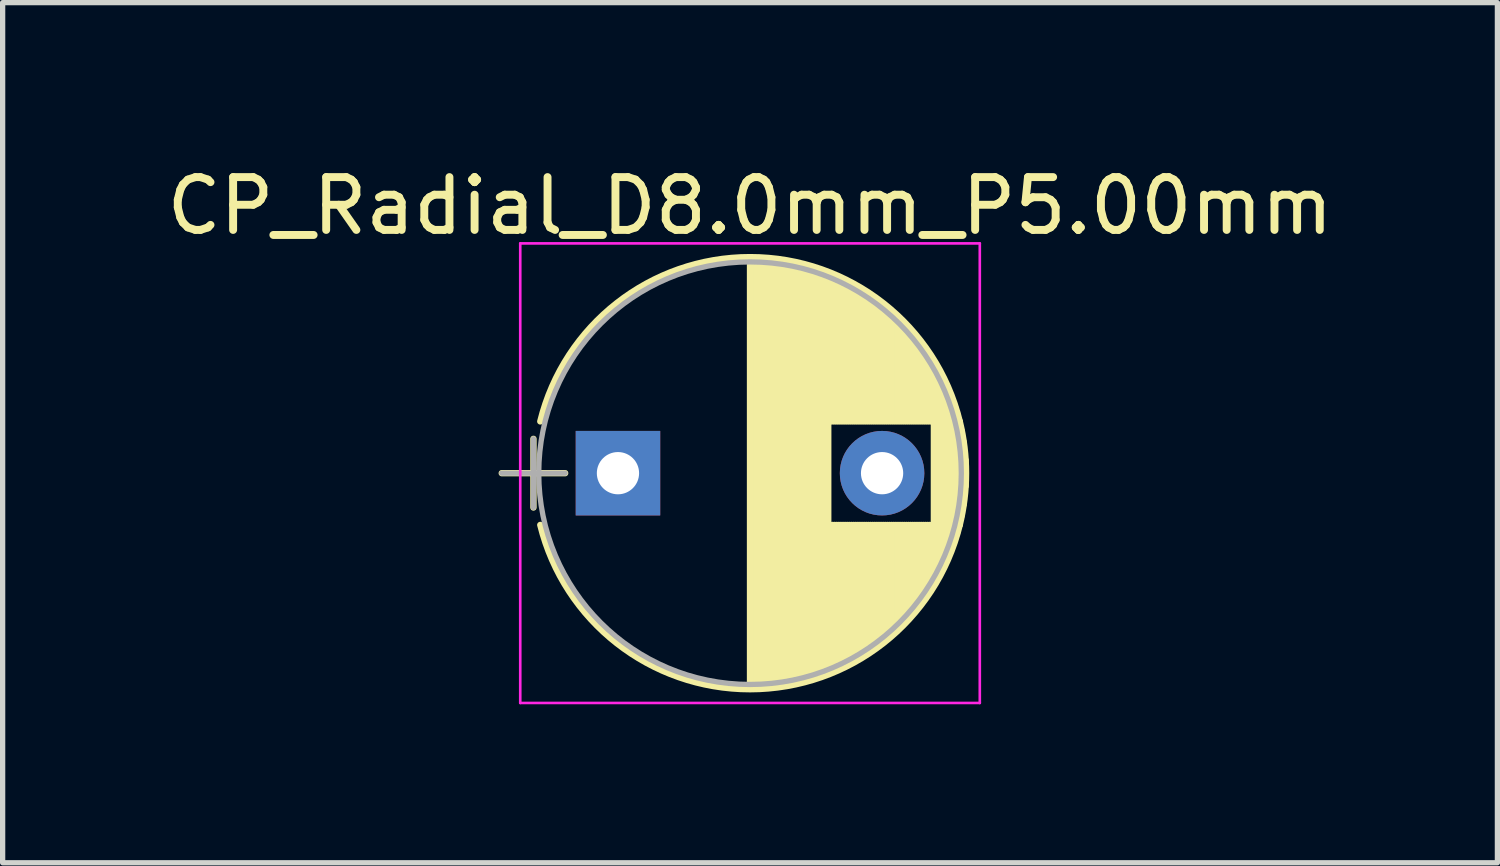
<source format=kicad_pcb>
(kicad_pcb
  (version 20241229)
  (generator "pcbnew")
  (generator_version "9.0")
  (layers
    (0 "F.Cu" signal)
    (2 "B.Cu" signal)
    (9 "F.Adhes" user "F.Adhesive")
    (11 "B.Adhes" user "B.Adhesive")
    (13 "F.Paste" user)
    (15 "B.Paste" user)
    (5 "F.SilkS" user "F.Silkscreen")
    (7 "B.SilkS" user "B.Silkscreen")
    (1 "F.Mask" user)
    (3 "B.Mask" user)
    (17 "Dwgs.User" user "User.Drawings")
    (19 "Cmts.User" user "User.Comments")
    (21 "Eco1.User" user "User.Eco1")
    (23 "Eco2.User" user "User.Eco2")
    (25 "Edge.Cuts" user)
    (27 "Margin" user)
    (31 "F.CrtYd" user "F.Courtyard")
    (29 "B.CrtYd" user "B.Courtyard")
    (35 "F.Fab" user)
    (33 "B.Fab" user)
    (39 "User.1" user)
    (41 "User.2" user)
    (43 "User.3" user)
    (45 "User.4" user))
  (footprint "CP_Radial_D8.0mm_P5.00mm"
    (layer "F.Cu")
    (at 8.649 5.908)
    (property "Reference" "CP_Radial_D8.0mm_P5.00mm" (at 2.5 -5.06 0) (layer "F.SilkS") (effects (font (size 1 1) (thickness 0.15))))
    (attr through_hole)
    (fp_line (start -2.2 0) (end -1 0) (stroke (width 0.12) (type solid)) (layer "F.SilkS"))
    (fp_line (start -1.6 -0.65) (end -1.6 0.65) (stroke (width 0.12) (type solid)) (layer "F.SilkS"))
    (fp_line (start 2.5 -4.05) (end 2.5 4.05) (stroke (width 0.12) (type solid)) (layer "F.SilkS"))
    (fp_line (start 2.54 -4.05) (end 2.54 4.05) (stroke (width 0.12) (type solid)) (layer "F.SilkS"))
    (fp_line (start 2.58 -4.05) (end 2.58 4.05) (stroke (width 0.12) (type solid)) (layer "F.SilkS"))
    (fp_line (start 2.62 -4.049) (end 2.62 4.049) (stroke (width 0.12) (type solid)) (layer "F.SilkS"))
    (fp_line (start 2.66 -4.047) (end 2.66 4.047) (stroke (width 0.12) (type solid)) (layer "F.SilkS"))
    (fp_line (start 2.7 -4.046) (end 2.7 4.046) (stroke (width 0.12) (type solid)) (layer "F.SilkS"))
    (fp_line (start 2.74 -4.043) (end 2.74 4.043) (stroke (width 0.12) (type solid)) (layer "F.SilkS"))
    (fp_line (start 2.78 -4.041) (end 2.78 4.041) (stroke (width 0.12) (type solid)) (layer "F.SilkS"))
    (fp_line (start 2.82 -4.038) (end 2.82 4.038) (stroke (width 0.12) (type solid)) (layer "F.SilkS"))
    (fp_line (start 2.86 -4.035) (end 2.86 4.035) (stroke (width 0.12) (type solid)) (layer "F.SilkS"))
    (fp_line (start 2.9 -4.031) (end 2.9 4.031) (stroke (width 0.12) (type solid)) (layer "F.SilkS"))
    (fp_line (start 2.94 -4.027) (end 2.94 4.027) (stroke (width 0.12) (type solid)) (layer "F.SilkS"))
    (fp_line (start 2.98 -4.022) (end 2.98 4.022) (stroke (width 0.12) (type solid)) (layer "F.SilkS"))
    (fp_line (start 3.02 -4.017) (end 3.02 4.017) (stroke (width 0.12) (type solid)) (layer "F.SilkS"))
    (fp_line (start 3.06 -4.012) (end 3.06 4.012) (stroke (width 0.12) (type solid)) (layer "F.SilkS"))
    (fp_line (start 3.1 -4.006) (end 3.1 4.006) (stroke (width 0.12) (type solid)) (layer "F.SilkS"))
    (fp_line (start 3.14 -4) (end 3.14 4) (stroke (width 0.12) (type solid)) (layer "F.SilkS"))
    (fp_line (start 3.18 -3.994) (end 3.18 3.994) (stroke (width 0.12) (type solid)) (layer "F.SilkS"))
    (fp_line (start 3.221 -3.987) (end 3.221 3.987) (stroke (width 0.12) (type solid)) (layer "F.SilkS"))
    (fp_line (start 3.261 -3.979) (end 3.261 3.979) (stroke (width 0.12) (type solid)) (layer "F.SilkS"))
    (fp_line (start 3.301 -3.971) (end 3.301 3.971) (stroke (width 0.12) (type solid)) (layer "F.SilkS"))
    (fp_line (start 3.341 -3.963) (end 3.341 3.963) (stroke (width 0.12) (type solid)) (layer "F.SilkS"))
    (fp_line (start 3.381 -3.955) (end 3.381 3.955) (stroke (width 0.12) (type solid)) (layer "F.SilkS"))
    (fp_line (start 3.421 -3.946) (end 3.421 3.946) (stroke (width 0.12) (type solid)) (layer "F.SilkS"))
    (fp_line (start 3.461 -3.936) (end 3.461 3.936) (stroke (width 0.12) (type solid)) (layer "F.SilkS"))
    (fp_line (start 3.501 -3.926) (end 3.501 3.926) (stroke (width 0.12) (type solid)) (layer "F.SilkS"))
    (fp_line (start 3.541 -3.916) (end 3.541 3.916) (stroke (width 0.12) (type solid)) (layer "F.SilkS"))
    (fp_line (start 3.581 -3.905) (end 3.581 3.905) (stroke (width 0.12) (type solid)) (layer "F.SilkS"))
    (fp_line (start 3.621 -3.894) (end 3.621 3.894) (stroke (width 0.12) (type solid)) (layer "F.SilkS"))
    (fp_line (start 3.661 -3.883) (end 3.661 3.883) (stroke (width 0.12) (type solid)) (layer "F.SilkS"))
    (fp_line (start 3.701 -3.87) (end 3.701 3.87) (stroke (width 0.12) (type solid)) (layer "F.SilkS"))
    (fp_line (start 3.741 -3.858) (end 3.741 3.858) (stroke (width 0.12) (type solid)) (layer "F.SilkS"))
    (fp_line (start 3.781 -3.845) (end 3.781 3.845) (stroke (width 0.12) (type solid)) (layer "F.SilkS"))
    (fp_line (start 3.821 -3.832) (end 3.821 3.832) (stroke (width 0.12) (type solid)) (layer "F.SilkS"))
    (fp_line (start 3.861 -3.818) (end 3.861 3.818) (stroke (width 0.12) (type solid)) (layer "F.SilkS"))
    (fp_line (start 3.901 -3.803) (end 3.901 3.803) (stroke (width 0.12) (type solid)) (layer "F.SilkS"))
    (fp_line (start 3.941 -3.789) (end 3.941 3.789) (stroke (width 0.12) (type solid)) (layer "F.SilkS"))
    (fp_line (start 3.981 -3.773) (end 3.981 3.773) (stroke (width 0.12) (type solid)) (layer "F.SilkS"))
    (fp_line (start 4.021 -3.758) (end 4.021 -0.98) (stroke (width 0.12) (type solid)) (layer "F.SilkS"))
    (fp_line (start 4.021 0.98) (end 4.021 3.758) (stroke (width 0.12) (type solid)) (layer "F.SilkS"))
    (fp_line (start 4.061 -3.741) (end 4.061 -0.98) (stroke (width 0.12) (type solid)) (layer "F.SilkS"))
    (fp_line (start 4.061 0.98) (end 4.061 3.741) (stroke (width 0.12) (type solid)) (layer "F.SilkS"))
    (fp_line (start 4.101 -3.725) (end 4.101 -0.98) (stroke (width 0.12) (type solid)) (layer "F.SilkS"))
    (fp_line (start 4.101 0.98) (end 4.101 3.725) (stroke (width 0.12) (type solid)) (layer "F.SilkS"))
    (fp_line (start 4.141 -3.707) (end 4.141 -0.98) (stroke (width 0.12) (type solid)) (layer "F.SilkS"))
    (fp_line (start 4.141 0.98) (end 4.141 3.707) (stroke (width 0.12) (type solid)) (layer "F.SilkS"))
    (fp_line (start 4.181 -3.69) (end 4.181 -0.98) (stroke (width 0.12) (type solid)) (layer "F.SilkS"))
    (fp_line (start 4.181 0.98) (end 4.181 3.69) (stroke (width 0.12) (type solid)) (layer "F.SilkS"))
    (fp_line (start 4.221 -3.671) (end 4.221 -0.98) (stroke (width 0.12) (type solid)) (layer "F.SilkS"))
    (fp_line (start 4.221 0.98) (end 4.221 3.671) (stroke (width 0.12) (type solid)) (layer "F.SilkS"))
    (fp_line (start 4.261 -3.652) (end 4.261 -0.98) (stroke (width 0.12) (type solid)) (layer "F.SilkS"))
    (fp_line (start 4.261 0.98) (end 4.261 3.652) (stroke (width 0.12) (type solid)) (layer "F.SilkS"))
    (fp_line (start 4.301 -3.633) (end 4.301 -0.98) (stroke (width 0.12) (type solid)) (layer "F.SilkS"))
    (fp_line (start 4.301 0.98) (end 4.301 3.633) (stroke (width 0.12) (type solid)) (layer "F.SilkS"))
    (fp_line (start 4.341 -3.613) (end 4.341 -0.98) (stroke (width 0.12) (type solid)) (layer "F.SilkS"))
    (fp_line (start 4.341 0.98) (end 4.341 3.613) (stroke (width 0.12) (type solid)) (layer "F.SilkS"))
    (fp_line (start 4.381 -3.593) (end 4.381 -0.98) (stroke (width 0.12) (type solid)) (layer "F.SilkS"))
    (fp_line (start 4.381 0.98) (end 4.381 3.593) (stroke (width 0.12) (type solid)) (layer "F.SilkS"))
    (fp_line (start 4.421 -3.572) (end 4.421 -0.98) (stroke (width 0.12) (type solid)) (layer "F.SilkS"))
    (fp_line (start 4.421 0.98) (end 4.421 3.572) (stroke (width 0.12) (type solid)) (layer "F.SilkS"))
    (fp_line (start 4.461 -3.55) (end 4.461 -0.98) (stroke (width 0.12) (type solid)) (layer "F.SilkS"))
    (fp_line (start 4.461 0.98) (end 4.461 3.55) (stroke (width 0.12) (type solid)) (layer "F.SilkS"))
    (fp_line (start 4.501 -3.528) (end 4.501 -0.98) (stroke (width 0.12) (type solid)) (layer "F.SilkS"))
    (fp_line (start 4.501 0.98) (end 4.501 3.528) (stroke (width 0.12) (type solid)) (layer "F.SilkS"))
    (fp_line (start 4.541 -3.505) (end 4.541 -0.98) (stroke (width 0.12) (type solid)) (layer "F.SilkS"))
    (fp_line (start 4.541 0.98) (end 4.541 3.505) (stroke (width 0.12) (type solid)) (layer "F.SilkS"))
    (fp_line (start 4.581 -3.482) (end 4.581 -0.98) (stroke (width 0.12) (type solid)) (layer "F.SilkS"))
    (fp_line (start 4.581 0.98) (end 4.581 3.482) (stroke (width 0.12) (type solid)) (layer "F.SilkS"))
    (fp_line (start 4.621 -3.458) (end 4.621 -0.98) (stroke (width 0.12) (type solid)) (layer "F.SilkS"))
    (fp_line (start 4.621 0.98) (end 4.621 3.458) (stroke (width 0.12) (type solid)) (layer "F.SilkS"))
    (fp_line (start 4.661 -3.434) (end 4.661 -0.98) (stroke (width 0.12) (type solid)) (layer "F.SilkS"))
    (fp_line (start 4.661 0.98) (end 4.661 3.434) (stroke (width 0.12) (type solid)) (layer "F.SilkS"))
    (fp_line (start 4.701 -3.408) (end 4.701 -0.98) (stroke (width 0.12) (type solid)) (layer "F.SilkS"))
    (fp_line (start 4.701 0.98) (end 4.701 3.408) (stroke (width 0.12) (type solid)) (layer "F.SilkS"))
    (fp_line (start 4.741 -3.383) (end 4.741 -0.98) (stroke (width 0.12) (type solid)) (layer "F.SilkS"))
    (fp_line (start 4.741 0.98) (end 4.741 3.383) (stroke (width 0.12) (type solid)) (layer "F.SilkS"))
    (fp_line (start 4.781 -3.356) (end 4.781 -0.98) (stroke (width 0.12) (type solid)) (layer "F.SilkS"))
    (fp_line (start 4.781 0.98) (end 4.781 3.356) (stroke (width 0.12) (type solid)) (layer "F.SilkS"))
    (fp_line (start 4.821 -3.329) (end 4.821 -0.98) (stroke (width 0.12) (type solid)) (layer "F.SilkS"))
    (fp_line (start 4.821 0.98) (end 4.821 3.329) (stroke (width 0.12) (type solid)) (layer "F.SilkS"))
    (fp_line (start 4.861 -3.301) (end 4.861 -0.98) (stroke (width 0.12) (type solid)) (layer "F.SilkS"))
    (fp_line (start 4.861 0.98) (end 4.861 3.301) (stroke (width 0.12) (type solid)) (layer "F.SilkS"))
    (fp_line (start 4.901 -3.272) (end 4.901 -0.98) (stroke (width 0.12) (type solid)) (layer "F.SilkS"))
    (fp_line (start 4.901 0.98) (end 4.901 3.272) (stroke (width 0.12) (type solid)) (layer "F.SilkS"))
    (fp_line (start 4.941 -3.243) (end 4.941 -0.98) (stroke (width 0.12) (type solid)) (layer "F.SilkS"))
    (fp_line (start 4.941 0.98) (end 4.941 3.243) (stroke (width 0.12) (type solid)) (layer "F.SilkS"))
    (fp_line (start 4.981 -3.213) (end 4.981 -0.98) (stroke (width 0.12) (type solid)) (layer "F.SilkS"))
    (fp_line (start 4.981 0.98) (end 4.981 3.213) (stroke (width 0.12) (type solid)) (layer "F.SilkS"))
    (fp_line (start 5.021 -3.182) (end 5.021 -0.98) (stroke (width 0.12) (type solid)) (layer "F.SilkS"))
    (fp_line (start 5.021 0.98) (end 5.021 3.182) (stroke (width 0.12) (type solid)) (layer "F.SilkS"))
    (fp_line (start 5.061 -3.15) (end 5.061 -0.98) (stroke (width 0.12) (type solid)) (layer "F.SilkS"))
    (fp_line (start 5.061 0.98) (end 5.061 3.15) (stroke (width 0.12) (type solid)) (layer "F.SilkS"))
    (fp_line (start 5.101 -3.118) (end 5.101 -0.98) (stroke (width 0.12) (type solid)) (layer "F.SilkS"))
    (fp_line (start 5.101 0.98) (end 5.101 3.118) (stroke (width 0.12) (type solid)) (layer "F.SilkS"))
    (fp_line (start 5.141 -3.084) (end 5.141 -0.98) (stroke (width 0.12) (type solid)) (layer "F.SilkS"))
    (fp_line (start 5.141 0.98) (end 5.141 3.084) (stroke (width 0.12) (type solid)) (layer "F.SilkS"))
    (fp_line (start 5.181 -3.05) (end 5.181 -0.98) (stroke (width 0.12) (type solid)) (layer "F.SilkS"))
    (fp_line (start 5.181 0.98) (end 5.181 3.05) (stroke (width 0.12) (type solid)) (layer "F.SilkS"))
    (fp_line (start 5.221 -3.015) (end 5.221 -0.98) (stroke (width 0.12) (type solid)) (layer "F.SilkS"))
    (fp_line (start 5.221 0.98) (end 5.221 3.015) (stroke (width 0.12) (type solid)) (layer "F.SilkS"))
    (fp_line (start 5.261 -2.979) (end 5.261 -0.98) (stroke (width 0.12) (type solid)) (layer "F.SilkS"))
    (fp_line (start 5.261 0.98) (end 5.261 2.979) (stroke (width 0.12) (type solid)) (layer "F.SilkS"))
    (fp_line (start 5.301 -2.942) (end 5.301 -0.98) (stroke (width 0.12) (type solid)) (layer "F.SilkS"))
    (fp_line (start 5.301 0.98) (end 5.301 2.942) (stroke (width 0.12) (type solid)) (layer "F.SilkS"))
    (fp_line (start 5.341 -2.904) (end 5.341 -0.98) (stroke (width 0.12) (type solid)) (layer "F.SilkS"))
    (fp_line (start 5.341 0.98) (end 5.341 2.904) (stroke (width 0.12) (type solid)) (layer "F.SilkS"))
    (fp_line (start 5.381 -2.865) (end 5.381 -0.98) (stroke (width 0.12) (type solid)) (layer "F.SilkS"))
    (fp_line (start 5.381 0.98) (end 5.381 2.865) (stroke (width 0.12) (type solid)) (layer "F.SilkS"))
    (fp_line (start 5.421 -2.824) (end 5.421 -0.98) (stroke (width 0.12) (type solid)) (layer "F.SilkS"))
    (fp_line (start 5.421 0.98) (end 5.421 2.824) (stroke (width 0.12) (type solid)) (layer "F.SilkS"))
    (fp_line (start 5.461 -2.783) (end 5.461 -0.98) (stroke (width 0.12) (type solid)) (layer "F.SilkS"))
    (fp_line (start 5.461 0.98) (end 5.461 2.783) (stroke (width 0.12) (type solid)) (layer "F.SilkS"))
    (fp_line (start 5.501 -2.74) (end 5.501 -0.98) (stroke (width 0.12) (type solid)) (layer "F.SilkS"))
    (fp_line (start 5.501 0.98) (end 5.501 2.74) (stroke (width 0.12) (type solid)) (layer "F.SilkS"))
    (fp_line (start 5.541 -2.697) (end 5.541 -0.98) (stroke (width 0.12) (type solid)) (layer "F.SilkS"))
    (fp_line (start 5.541 0.98) (end 5.541 2.697) (stroke (width 0.12) (type solid)) (layer "F.SilkS"))
    (fp_line (start 5.581 -2.652) (end 5.581 -0.98) (stroke (width 0.12) (type solid)) (layer "F.SilkS"))
    (fp_line (start 5.581 0.98) (end 5.581 2.652) (stroke (width 0.12) (type solid)) (layer "F.SilkS"))
    (fp_line (start 5.621 -2.605) (end 5.621 -0.98) (stroke (width 0.12) (type solid)) (layer "F.SilkS"))
    (fp_line (start 5.621 0.98) (end 5.621 2.605) (stroke (width 0.12) (type solid)) (layer "F.SilkS"))
    (fp_line (start 5.661 -2.557) (end 5.661 -0.98) (stroke (width 0.12) (type solid)) (layer "F.SilkS"))
    (fp_line (start 5.661 0.98) (end 5.661 2.557) (stroke (width 0.12) (type solid)) (layer "F.SilkS"))
    (fp_line (start 5.701 -2.508) (end 5.701 -0.98) (stroke (width 0.12) (type solid)) (layer "F.SilkS"))
    (fp_line (start 5.701 0.98) (end 5.701 2.508) (stroke (width 0.12) (type solid)) (layer "F.SilkS"))
    (fp_line (start 5.741 -2.457) (end 5.741 -0.98) (stroke (width 0.12) (type solid)) (layer "F.SilkS"))
    (fp_line (start 5.741 0.98) (end 5.741 2.457) (stroke (width 0.12) (type solid)) (layer "F.SilkS"))
    (fp_line (start 5.781 -2.404) (end 5.781 -0.98) (stroke (width 0.12) (type solid)) (layer "F.SilkS"))
    (fp_line (start 5.781 0.98) (end 5.781 2.404) (stroke (width 0.12) (type solid)) (layer "F.SilkS"))
    (fp_line (start 5.821 -2.349) (end 5.821 -0.98) (stroke (width 0.12) (type solid)) (layer "F.SilkS"))
    (fp_line (start 5.821 0.98) (end 5.821 2.349) (stroke (width 0.12) (type solid)) (layer "F.SilkS"))
    (fp_line (start 5.861 -2.293) (end 5.861 -0.98) (stroke (width 0.12) (type solid)) (layer "F.SilkS"))
    (fp_line (start 5.861 0.98) (end 5.861 2.293) (stroke (width 0.12) (type solid)) (layer "F.SilkS"))
    (fp_line (start 5.901 -2.234) (end 5.901 -0.98) (stroke (width 0.12) (type solid)) (layer "F.SilkS"))
    (fp_line (start 5.901 0.98) (end 5.901 2.234) (stroke (width 0.12) (type solid)) (layer "F.SilkS"))
    (fp_line (start 5.941 -2.173) (end 5.941 -0.98) (stroke (width 0.12) (type solid)) (layer "F.SilkS"))
    (fp_line (start 5.941 0.98) (end 5.941 2.173) (stroke (width 0.12) (type solid)) (layer "F.SilkS"))
    (fp_line (start 5.981 -2.109) (end 5.981 2.109) (stroke (width 0.12) (type solid)) (layer "F.SilkS"))
    (fp_line (start 6.021 -2.043) (end 6.021 2.043) (stroke (width 0.12) (type solid)) (layer "F.SilkS"))
    (fp_line (start 6.061 -1.974) (end 6.061 1.974) (stroke (width 0.12) (type solid)) (layer "F.SilkS"))
    (fp_line (start 6.101 -1.902) (end 6.101 1.902) (stroke (width 0.12) (type solid)) (layer "F.SilkS"))
    (fp_line (start 6.141 -1.826) (end 6.141 1.826) (stroke (width 0.12) (type solid)) (layer "F.SilkS"))
    (fp_line (start 6.181 -1.745) (end 6.181 1.745) (stroke (width 0.12) (type solid)) (layer "F.SilkS"))
    (fp_line (start 6.221 -1.66) (end 6.221 1.66) (stroke (width 0.12) (type solid)) (layer "F.SilkS"))
    (fp_line (start 6.261 -1.57) (end 6.261 1.57) (stroke (width 0.12) (type solid)) (layer "F.SilkS"))
    (fp_line (start 6.301 -1.473) (end 6.301 1.473) (stroke (width 0.12) (type solid)) (layer "F.SilkS"))
    (fp_line (start 6.341 -1.369) (end 6.341 1.369) (stroke (width 0.12) (type solid)) (layer "F.SilkS"))
    (fp_line (start 6.381 -1.254) (end 6.381 1.254) (stroke (width 0.12) (type solid)) (layer "F.SilkS"))
    (fp_line (start 6.421 -1.127) (end 6.421 1.127) (stroke (width 0.12) (type solid)) (layer "F.SilkS"))
    (fp_line (start 6.461 -0.983) (end 6.461 0.983) (stroke (width 0.12) (type solid)) (layer "F.SilkS"))
    (fp_line (start 6.501 -0.814) (end 6.501 0.814) (stroke (width 0.12) (type solid)) (layer "F.SilkS"))
    (fp_line (start 6.541 -0.598) (end 6.541 0.598) (stroke (width 0.12) (type solid)) (layer "F.SilkS"))
    (fp_line (start 6.581 -0.246) (end 6.581 0.246) (stroke (width 0.12) (type solid)) (layer "F.SilkS"))
    (fp_arc (start -1.470856 -0.98) (mid 2.50096 -4.09) (end 6.471316 -0.978135) (stroke (width 0.12) (type solid)) (layer "F.SilkS"))
    (fp_arc (start 6.470856 -0.98) (mid 6.59 -0.00096) (end 6.471316 0.978135) (stroke (width 0.12) (type solid)) (layer "F.SilkS"))
    (fp_arc (start 6.471316 0.978135) (mid 2.50096 4.09) (end -1.470856 0.98) (stroke (width 0.12) (type solid)) (layer "F.SilkS"))
    (fp_line (start -1.85 -4.35) (end -1.85 4.35) (stroke (width 0.05) (type solid)) (layer "F.CrtYd"))
    (fp_line (start -1.85 4.35) (end 6.85 4.35) (stroke (width 0.05) (type solid)) (layer "F.CrtYd"))
    (fp_line (start 6.85 -4.35) (end -1.85 -4.35) (stroke (width 0.05) (type solid)) (layer "F.CrtYd"))
    (fp_line (start 6.85 4.35) (end 6.85 -4.35) (stroke (width 0.05) (type solid)) (layer "F.CrtYd"))
    (fp_line (start -2.2 0) (end -1 0) (stroke (width 0.1) (type solid)) (layer "F.Fab"))
    (fp_line (start -1.6 -0.65) (end -1.6 0.65) (stroke (width 0.1) (type solid)) (layer "F.Fab"))
    (fp_circle (center 2.5 0) (end 6.5 0) (stroke (width 0.1) (type solid)) (fill no) (layer "F.Fab"))
    (pad "1" thru_hole rect (at 0 0) (size 1.6 1.6) (drill 0.8) (layers "*.Cu" "*.Mask"))
    (pad "2" thru_hole circle (at 5 0) (size 1.6 1.6) (drill 0.8) (layers "*.Cu" "*.Mask")))
  (gr_rect
    (start -3 -3)
    (end 25.298 13.283)
    (stroke (width 0.1) (type default))
    (fill no)
    (layer "Edge.Cuts")))
</source>
